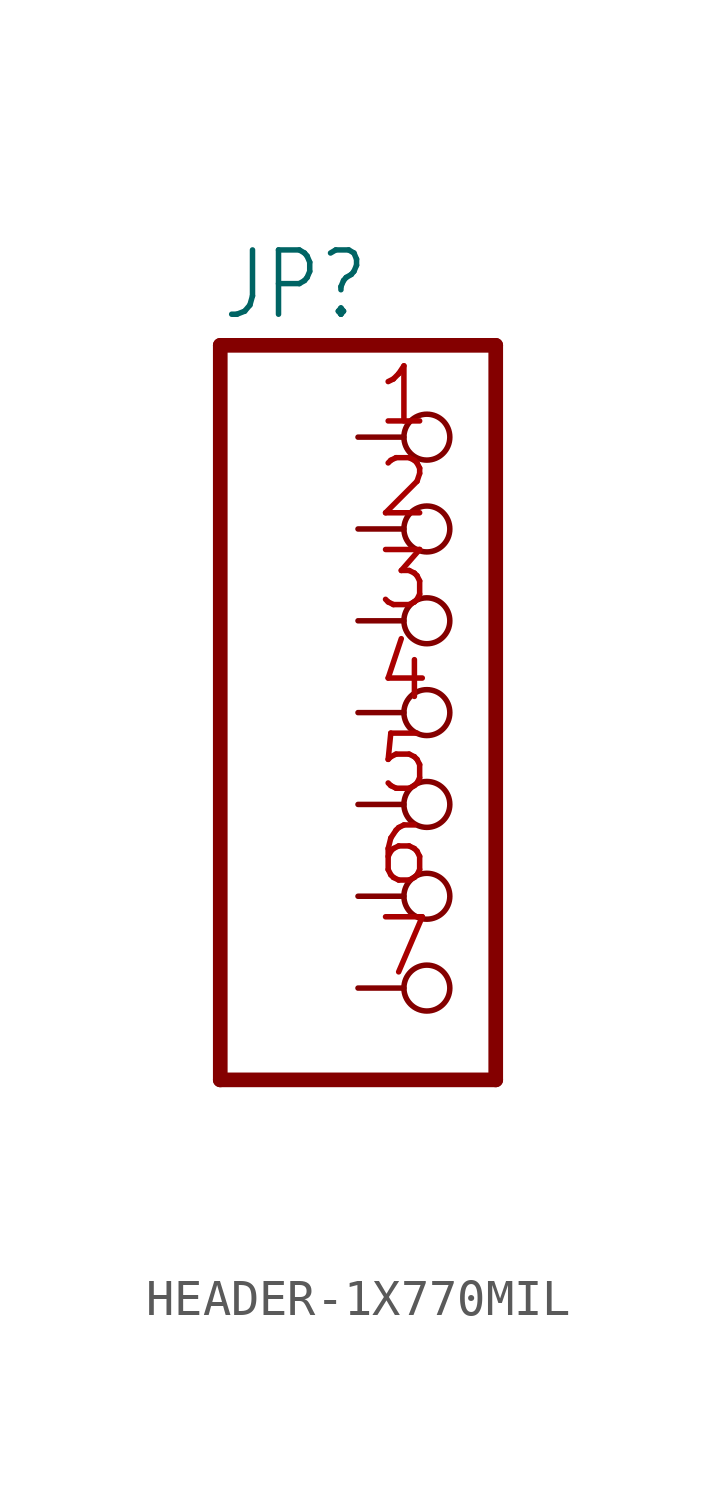
<source format=kicad_sym>
(kicad_symbol_lib
  (version 20241209)
  (generator "kicad_symbol_editor")
  (generator_version "9.0")
  (symbol "HEADER-1X770MIL"
    (property "Reference" "JP"
      (at -6.35 10.795 0)
      (effects (font (size 1.778 1.511)) (justify left bottom)))
    (property "Value" ""
      (at -6.35 -12.7 0)
      (effects (font (size 1.778 1.511)) (justify left bottom)))
    (property "ki_locked" ""
      (at 0 0 0)
      (effects (font (size 1.27 1.27))))
    (symbol "HEADER-1X770MIL_1_0"
      (polyline (pts (xy -6.35 10.16) (xy -6.35 -10.16)) (stroke (width 0.406) (type solid)) (fill (type none)))
      (polyline (pts (xy -6.35 -10.16) (xy 1.27 -10.16)) (stroke (width 0.406) (type solid)) (fill (type none)))
      (polyline (pts (xy 1.27 10.16) (xy -6.35 10.16)) (stroke (width 0.406) (type solid)) (fill (type none)))
      (polyline (pts (xy 1.27 -10.16) (xy 1.27 10.16)) (stroke (width 0.406) (type solid)) (fill (type none)))
      (pin passive inverted (at -2.54 7.62 0) (length 2.54) (name "1" (effects (font (size 0 0)))) (number "1" (effects (font (size 1.524 1.524)))))
      (pin passive inverted (at -2.54 5.08 0) (length 2.54) (name "2" (effects (font (size 0 0)))) (number "2" (effects (font (size 1.524 1.524)))))
      (pin passive inverted (at -2.54 2.54 0) (length 2.54) (name "3" (effects (font (size 0 0)))) (number "3" (effects (font (size 1.524 1.524)))))
      (pin passive inverted (at -2.54 0 0) (length 2.54) (name "4" (effects (font (size 0 0)))) (number "4" (effects (font (size 1.524 1.524)))))
      (pin passive inverted (at -2.54 -2.54 0) (length 2.54) (name "5" (effects (font (size 0 0)))) (number "5" (effects (font (size 1.524 1.524)))))
      (pin passive inverted (at -2.54 -5.08 0) (length 2.54) (name "6" (effects (font (size 0 0)))) (number "6" (effects (font (size 1.524 1.524)))))
      (pin passive inverted (at -2.54 -7.62 0) (length 2.54) (name "7" (effects (font (size 0 0)))) (number "7" (effects (font (size 1.524 1.524))))))))
</source>
